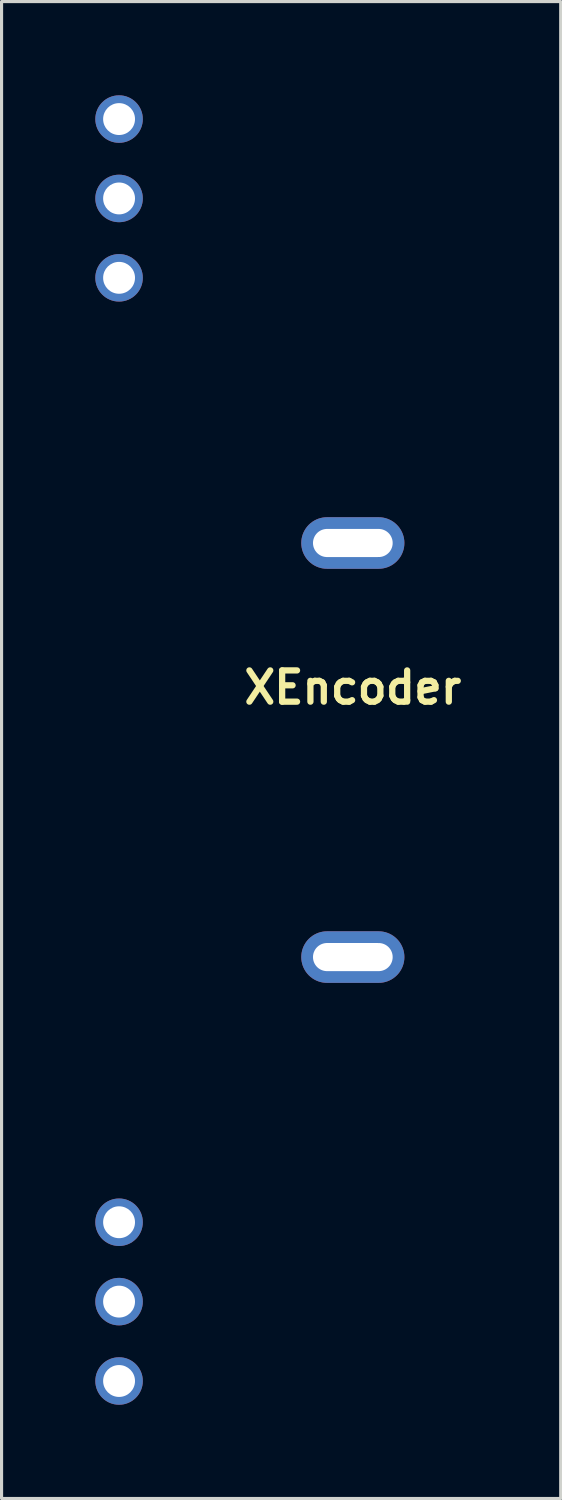
<source format=kicad_pcb>
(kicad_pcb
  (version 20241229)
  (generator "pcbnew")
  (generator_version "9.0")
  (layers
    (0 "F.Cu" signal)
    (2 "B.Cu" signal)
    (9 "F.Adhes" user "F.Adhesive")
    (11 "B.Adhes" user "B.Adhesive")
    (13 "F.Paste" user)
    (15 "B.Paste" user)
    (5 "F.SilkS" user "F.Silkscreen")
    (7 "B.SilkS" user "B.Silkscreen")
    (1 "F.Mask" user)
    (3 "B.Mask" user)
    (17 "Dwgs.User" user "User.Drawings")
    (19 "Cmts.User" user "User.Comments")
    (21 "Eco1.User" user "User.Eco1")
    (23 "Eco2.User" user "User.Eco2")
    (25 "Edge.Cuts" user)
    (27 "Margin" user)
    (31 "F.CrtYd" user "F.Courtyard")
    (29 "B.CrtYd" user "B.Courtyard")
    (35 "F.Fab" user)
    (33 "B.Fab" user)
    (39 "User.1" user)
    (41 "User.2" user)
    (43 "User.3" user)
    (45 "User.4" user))
  (footprint "XEncoder"
    (layer "F.Cu")
    (at 8.24 20.95)
    (property "Reference" "XEncoder" (at 0 -2 0) (layer "F.SilkS") (effects (font (size 1 1) (thickness 0.2))))
    (attr through_hole)
    (pad "1" thru_hole circle (at -7.48 15.11) (size 1.52 1.52) (drill 1.02) (layers "*.Cu" "*.Mask"))
    (pad "2" thru_hole circle (at -7.48 17.65) (size 1.52 1.52) (drill 1.02) (layers "*.Cu" "*.Mask"))
    (pad "3" thru_hole circle (at -7.48 20.19) (size 1.52 1.52) (drill 1.02) (layers "*.Cu" "*.Mask"))
    (pad "4" thru_hole circle (at -7.48 -20.19) (size 1.52 1.52) (drill 1.02) (layers "*.Cu" "*.Mask"))
    (pad "5" thru_hole circle (at -7.48 -17.65) (size 1.52 1.52) (drill 1.02) (layers "*.Cu" "*.Mask"))
    (pad "6" thru_hole circle (at -7.48 -15.11) (size 1.52 1.52) (drill 1.02) (layers "*.Cu" "*.Mask"))
    (pad "7" thru_hole oval (at 0 6.625) (size 3.3 1.65) (drill oval 2.55 0.9) (layers "*.Cu" "*.Mask"))
    (pad "8" thru_hole oval (at 0 -6.625) (size 3.3 1.65) (drill oval 2.55 0.9) (layers "*.Cu" "*.Mask")))
  (gr_rect
    (start -3 -3)
    (end 14.892 44.9)
    (stroke (width 0.1) (type default))
    (fill no)
    (layer "Edge.Cuts")))
</source>
